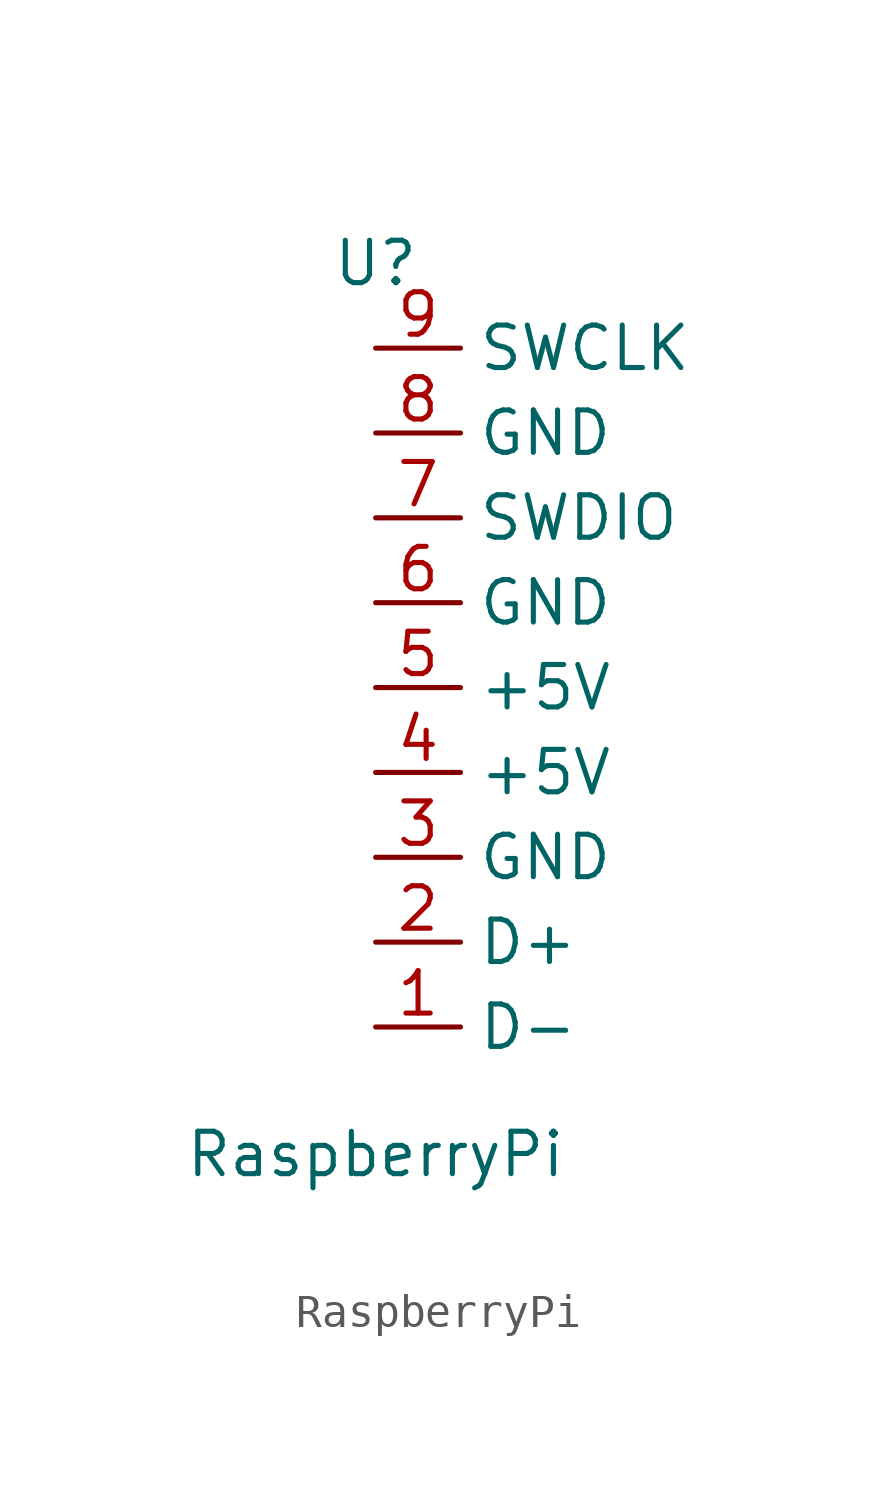
<source format=kicad_sym>
(kicad_symbol_lib
  (version 20220914)
  (generator kicad_symbol_editor)
  (symbol "RaspberryPi"
    (property "Reference" "U"
      (at 0 26.67 0)
      (effects (font (size 1.27 1.27))))
    (property "Value" "RaspberryPi"
      (at 0 0 0)
      (effects (font (size 1.27 1.27))))
    (symbol "RaspberryPi_1_1"
      (pin input line (at 0 3.81 0) (length 2.54) (name "D-" (effects (font (size 1.27 1.27)))) (number "1" (effects (font (size 1.27 1.27)))))
      (pin input line (at 0 6.35 0) (length 2.54) (name "D+" (effects (font (size 1.27 1.27)))) (number "2" (effects (font (size 1.27 1.27)))))
      (pin input line (at 0 8.89 0) (length 2.54) (name "GND" (effects (font (size 1.27 1.27)))) (number "3" (effects (font (size 1.27 1.27)))))
      (pin input line (at 0 11.43 0) (length 2.54) (name "+5V" (effects (font (size 1.27 1.27)))) (number "4" (effects (font (size 1.27 1.27)))))
      (pin input line (at 0 13.97 0) (length 2.54) (name "+5V" (effects (font (size 1.27 1.27)))) (number "5" (effects (font (size 1.27 1.27)))))
      (pin input line (at 0 16.51 0) (length 2.54) (name "GND" (effects (font (size 1.27 1.27)))) (number "6" (effects (font (size 1.27 1.27)))))
      (pin input line (at 0 19.05 0) (length 2.54) (name "SWDIO" (effects (font (size 1.27 1.27)))) (number "7" (effects (font (size 1.27 1.27)))))
      (pin input line (at 0 21.59 0) (length 2.54) (name "GND" (effects (font (size 1.27 1.27)))) (number "8" (effects (font (size 1.27 1.27)))))
      (pin input line (at 0 24.13 0) (length 2.54) (name "SWCLK" (effects (font (size 1.27 1.27)))) (number "9" (effects (font (size 1.27 1.27))))))))
</source>
